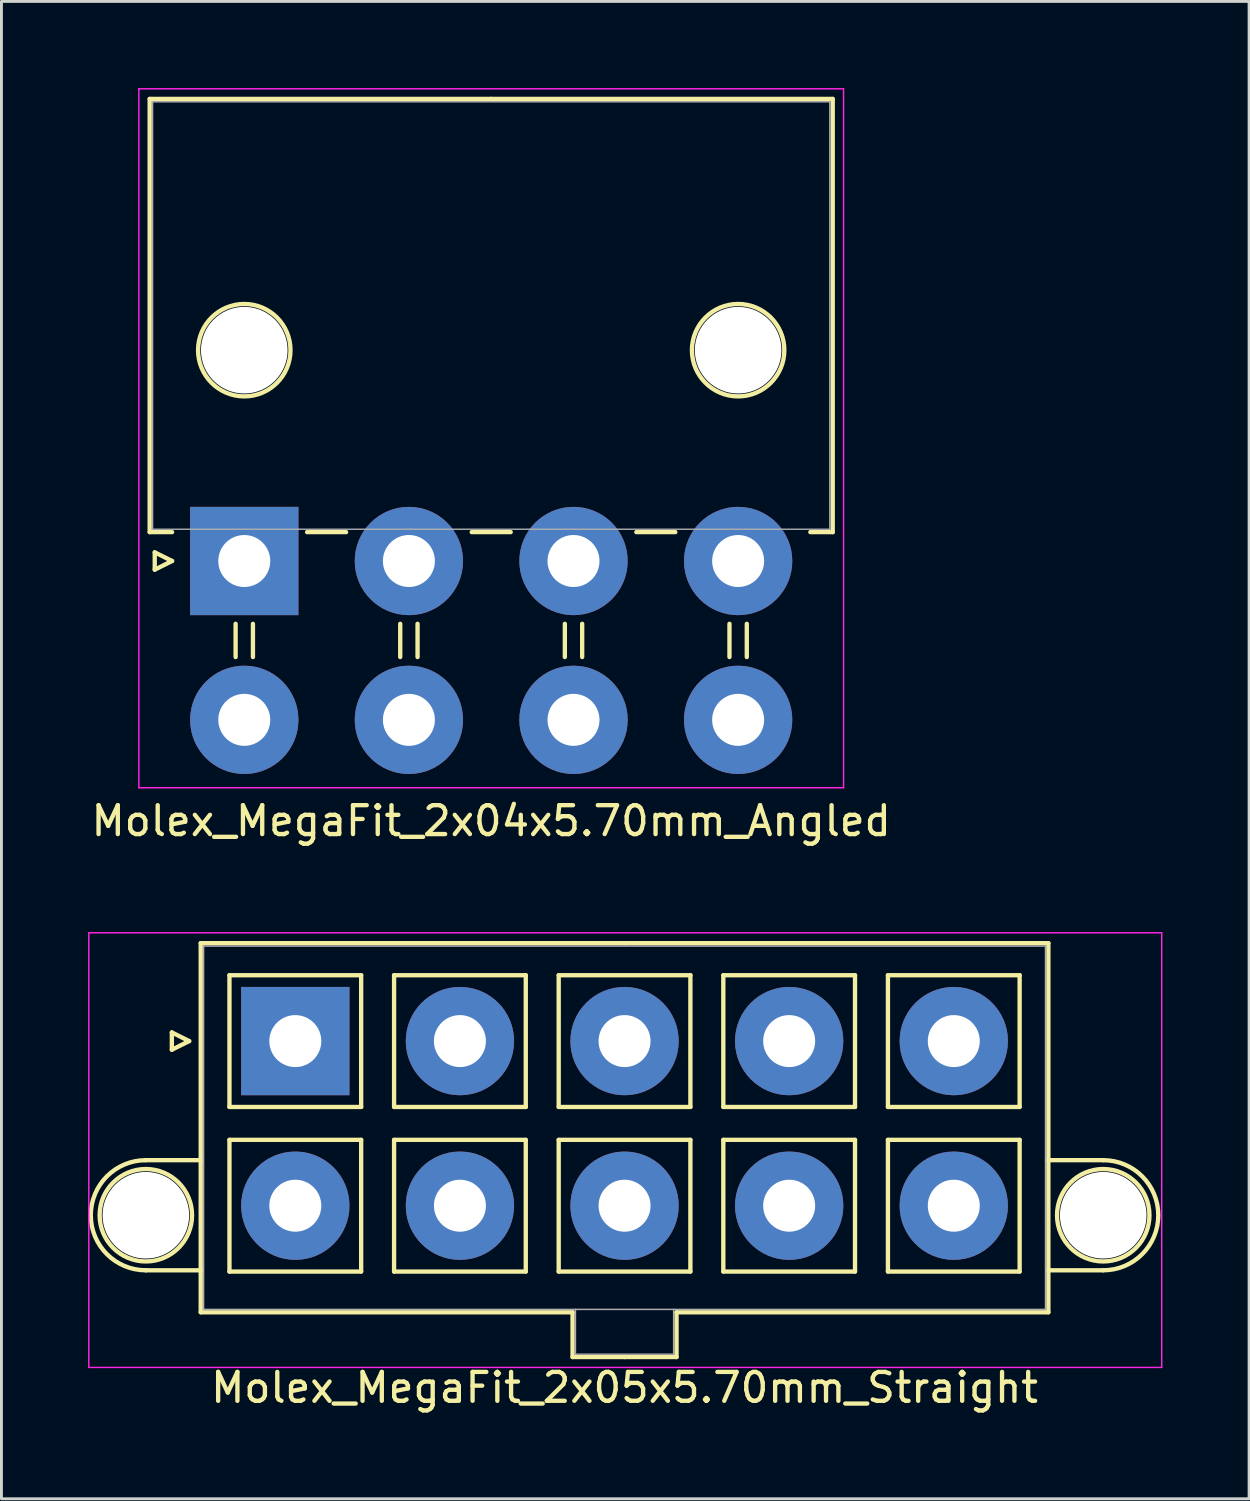
<source format=kicad_pcb>
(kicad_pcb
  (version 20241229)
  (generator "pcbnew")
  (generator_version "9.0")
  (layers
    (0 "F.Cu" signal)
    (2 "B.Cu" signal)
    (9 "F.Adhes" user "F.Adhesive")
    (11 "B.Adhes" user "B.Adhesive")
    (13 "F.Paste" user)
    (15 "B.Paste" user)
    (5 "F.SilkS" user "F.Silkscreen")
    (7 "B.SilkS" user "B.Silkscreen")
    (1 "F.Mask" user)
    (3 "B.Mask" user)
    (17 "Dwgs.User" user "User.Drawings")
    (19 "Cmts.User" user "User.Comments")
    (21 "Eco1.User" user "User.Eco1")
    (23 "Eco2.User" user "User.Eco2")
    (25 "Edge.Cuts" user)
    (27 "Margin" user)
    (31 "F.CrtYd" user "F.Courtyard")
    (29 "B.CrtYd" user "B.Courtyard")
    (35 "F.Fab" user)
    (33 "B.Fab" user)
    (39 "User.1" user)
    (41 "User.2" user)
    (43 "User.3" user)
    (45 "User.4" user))
  (footprint "Molex_MegaFit_2x04x5.70mm_Angled"
    (layer "F.Cu")
    (at 5.408 16.375)
    (property "Reference" "Molex_MegaFit_2x04x5.70mm_Angled" (at 8.55 9 0) (layer "F.SilkS") (effects (font (size 1 1) (thickness 0.15))))
    (attr through_hole)
    (fp_line (start -3.275 -16) (end -3.275 -1) (stroke (width 0.15) (type solid)) (layer "F.SilkS"))
    (fp_line (start -3.275 -1) (end -2.5 -1) (stroke (width 0.15) (type solid)) (layer "F.SilkS"))
    (fp_line (start -3.1 -0.3) (end -2.5 0) (stroke (width 0.15) (type solid)) (layer "F.SilkS"))
    (fp_line (start -3.1 0.3) (end -3.1 -0.3) (stroke (width 0.15) (type solid)) (layer "F.SilkS"))
    (fp_line (start -2.5 0) (end -3.1 0.3) (stroke (width 0.15) (type solid)) (layer "F.SilkS"))
    (fp_line (start -0.3 2.175) (end -0.3 3.325) (stroke (width 0.15) (type solid)) (layer "F.SilkS"))
    (fp_line (start 0.3 2.175) (end 0.3 3.325) (stroke (width 0.15) (type solid)) (layer "F.SilkS"))
    (fp_line (start 2.175 -1) (end 3.525 -1) (stroke (width 0.15) (type solid)) (layer "F.SilkS"))
    (fp_line (start 5.4 2.175) (end 5.4 3.325) (stroke (width 0.15) (type solid)) (layer "F.SilkS"))
    (fp_line (start 6 2.175) (end 6 3.325) (stroke (width 0.15) (type solid)) (layer "F.SilkS"))
    (fp_line (start 7.875 -1) (end 9.225 -1) (stroke (width 0.15) (type solid)) (layer "F.SilkS"))
    (fp_line (start 8.55 -16) (end -3.275 -16) (stroke (width 0.15) (type solid)) (layer "F.SilkS"))
    (fp_line (start 8.55 -16) (end 20.375 -16) (stroke (width 0.15) (type solid)) (layer "F.SilkS"))
    (fp_line (start 11.1 2.175) (end 11.1 3.325) (stroke (width 0.15) (type solid)) (layer "F.SilkS"))
    (fp_line (start 11.7 2.175) (end 11.7 3.325) (stroke (width 0.15) (type solid)) (layer "F.SilkS"))
    (fp_line (start 13.575 -1) (end 14.925 -1) (stroke (width 0.15) (type solid)) (layer "F.SilkS"))
    (fp_line (start 16.8 2.175) (end 16.8 3.325) (stroke (width 0.15) (type solid)) (layer "F.SilkS"))
    (fp_line (start 17.4 2.175) (end 17.4 3.325) (stroke (width 0.15) (type solid)) (layer "F.SilkS"))
    (fp_line (start 20.375 -16) (end 20.375 -1) (stroke (width 0.15) (type solid)) (layer "F.SilkS"))
    (fp_line (start 20.375 -1) (end 19.6 -1) (stroke (width 0.15) (type solid)) (layer "F.SilkS"))
    (fp_circle (center 0 -7.3) (end 1.6 -7.3) (stroke (width 0.15) (type solid)) (fill no) (layer "F.SilkS"))
    (fp_circle (center 17.1 -7.3) (end 18.7 -7.3) (stroke (width 0.15) (type solid)) (fill no) (layer "F.SilkS"))
    (fp_line (start -3.65 -16.35) (end -3.65 7.85) (stroke (width 0.05) (type solid)) (layer "F.CrtYd"))
    (fp_line (start -3.65 7.85) (end 20.75 7.85) (stroke (width 0.05) (type solid)) (layer "F.CrtYd"))
    (fp_line (start 20.75 -16.35) (end -3.65 -16.35) (stroke (width 0.05) (type solid)) (layer "F.CrtYd"))
    (fp_line (start 20.75 7.85) (end 20.75 -16.35) (stroke (width 0.05) (type solid)) (layer "F.CrtYd"))
    (fp_line (start -3.175 -15.9) (end -3.175 -1.1) (stroke (width 0.05) (type solid)) (layer "F.Fab"))
    (fp_line (start -3.175 -1.1) (end 20.275 -1.1) (stroke (width 0.05) (type solid)) (layer "F.Fab"))
    (fp_line (start 20.275 -15.9) (end -3.175 -15.9) (stroke (width 0.05) (type solid)) (layer "F.Fab"))
    (fp_line (start 20.275 -1.1) (end 20.275 -15.9) (stroke (width 0.05) (type solid)) (layer "F.Fab"))
    (pad "" np_thru_hole circle (at 0 -7.3) (size 3 3) (drill 3) (layers "*.Cu"))
    (pad "" np_thru_hole circle (at 17.1 -7.3) (size 3 3) (drill 3) (layers "*.Cu"))
    (pad "1" thru_hole rect (at 0 0) (size 3.75 3.75) (drill 1.8) (layers "*.Cu" "*.Mask"))
    (pad "2" thru_hole circle (at 5.7 0) (size 3.75 3.75) (drill 1.8) (layers "*.Cu" "*.Mask"))
    (pad "3" thru_hole circle (at 11.4 0) (size 3.75 3.75) (drill 1.8) (layers "*.Cu" "*.Mask"))
    (pad "4" thru_hole circle (at 17.1 0) (size 3.75 3.75) (drill 1.8) (layers "*.Cu" "*.Mask"))
    (pad "5" thru_hole circle (at 0 5.5) (size 3.75 3.75) (drill 1.8) (layers "*.Cu" "*.Mask"))
    (pad "6" thru_hole circle (at 5.7 5.5) (size 3.75 3.75) (drill 1.8) (layers "*.Cu" "*.Mask"))
    (pad "7" thru_hole circle (at 11.4 5.5) (size 3.75 3.75) (drill 1.8) (layers "*.Cu" "*.Mask"))
    (pad "8" thru_hole circle (at 17.1 5.5) (size 3.75 3.75) (drill 1.8) (layers "*.Cu" "*.Mask")))
  (footprint "Molex_MegaFit_2x05x5.70mm_Straight"
    (layer "F.Cu")
    (at 7.175 32.998)
    (property "Reference" "Molex_MegaFit_2x05x5.70mm_Straight" (at 11.4 12 0) (layer "F.SilkS") (effects (font (size 1 1) (thickness 0.15))))
    (attr through_hole)
    (fp_line (start -5.175 4.124) (end -3.275 4.124) (stroke (width 0.15) (type solid)) (layer "F.SilkS"))
    (fp_line (start -5.175 7.936) (end -3.275 7.936) (stroke (width 0.15) (type solid)) (layer "F.SilkS"))
    (fp_line (start -4.275 -0.3) (end -3.675 0) (stroke (width 0.15) (type solid)) (layer "F.SilkS"))
    (fp_line (start -4.275 0.3) (end -4.275 -0.3) (stroke (width 0.15) (type solid)) (layer "F.SilkS"))
    (fp_line (start -3.675 0) (end -4.275 0.3) (stroke (width 0.15) (type solid)) (layer "F.SilkS"))
    (fp_line (start -3.275 -3.39) (end -3.275 9.39) (stroke (width 0.15) (type solid)) (layer "F.SilkS"))
    (fp_line (start -3.275 9.39) (end 9.6 9.39) (stroke (width 0.15) (type solid)) (layer "F.SilkS"))
    (fp_line (start -2.28 -2.28) (end -2.28 2.28) (stroke (width 0.15) (type solid)) (layer "F.SilkS"))
    (fp_line (start -2.28 2.28) (end 2.28 2.28) (stroke (width 0.15) (type solid)) (layer "F.SilkS"))
    (fp_line (start -2.28 3.42) (end -2.28 7.98) (stroke (width 0.15) (type solid)) (layer "F.SilkS"))
    (fp_line (start -2.28 7.98) (end 2.28 7.98) (stroke (width 0.15) (type solid)) (layer "F.SilkS"))
    (fp_line (start 2.28 -2.28) (end -2.28 -2.28) (stroke (width 0.15) (type solid)) (layer "F.SilkS"))
    (fp_line (start 2.28 2.28) (end 2.28 -2.28) (stroke (width 0.15) (type solid)) (layer "F.SilkS"))
    (fp_line (start 2.28 3.42) (end -2.28 3.42) (stroke (width 0.15) (type solid)) (layer "F.SilkS"))
    (fp_line (start 2.28 7.98) (end 2.28 3.42) (stroke (width 0.15) (type solid)) (layer "F.SilkS"))
    (fp_line (start 3.42 -2.28) (end 3.42 2.28) (stroke (width 0.15) (type solid)) (layer "F.SilkS"))
    (fp_line (start 3.42 2.28) (end 7.98 2.28) (stroke (width 0.15) (type solid)) (layer "F.SilkS"))
    (fp_line (start 3.42 3.42) (end 3.42 7.98) (stroke (width 0.15) (type solid)) (layer "F.SilkS"))
    (fp_line (start 3.42 7.98) (end 7.98 7.98) (stroke (width 0.15) (type solid)) (layer "F.SilkS"))
    (fp_line (start 7.98 -2.28) (end 3.42 -2.28) (stroke (width 0.15) (type solid)) (layer "F.SilkS"))
    (fp_line (start 7.98 2.28) (end 7.98 -2.28) (stroke (width 0.15) (type solid)) (layer "F.SilkS"))
    (fp_line (start 7.98 3.42) (end 3.42 3.42) (stroke (width 0.15) (type solid)) (layer "F.SilkS"))
    (fp_line (start 7.98 7.98) (end 7.98 3.42) (stroke (width 0.15) (type solid)) (layer "F.SilkS"))
    (fp_line (start 9.12 -2.28) (end 9.12 2.28) (stroke (width 0.15) (type solid)) (layer "F.SilkS"))
    (fp_line (start 9.12 2.28) (end 13.68 2.28) (stroke (width 0.15) (type solid)) (layer "F.SilkS"))
    (fp_line (start 9.12 3.42) (end 9.12 7.98) (stroke (width 0.15) (type solid)) (layer "F.SilkS"))
    (fp_line (start 9.12 7.98) (end 13.68 7.98) (stroke (width 0.15) (type solid)) (layer "F.SilkS"))
    (fp_line (start 9.6 9.39) (end 9.6 10.94) (stroke (width 0.15) (type solid)) (layer "F.SilkS"))
    (fp_line (start 9.6 10.94) (end 11.4 10.94) (stroke (width 0.15) (type solid)) (layer "F.SilkS"))
    (fp_line (start 11.4 -3.39) (end -3.275 -3.39) (stroke (width 0.15) (type solid)) (layer "F.SilkS"))
    (fp_line (start 11.4 -3.39) (end 26.075 -3.39) (stroke (width 0.15) (type solid)) (layer "F.SilkS"))
    (fp_line (start 13.2 9.39) (end 13.2 10.94) (stroke (width 0.15) (type solid)) (layer "F.SilkS"))
    (fp_line (start 13.2 10.94) (end 11.4 10.94) (stroke (width 0.15) (type solid)) (layer "F.SilkS"))
    (fp_line (start 13.68 -2.28) (end 9.12 -2.28) (stroke (width 0.15) (type solid)) (layer "F.SilkS"))
    (fp_line (start 13.68 2.28) (end 13.68 -2.28) (stroke (width 0.15) (type solid)) (layer "F.SilkS"))
    (fp_line (start 13.68 3.42) (end 9.12 3.42) (stroke (width 0.15) (type solid)) (layer "F.SilkS"))
    (fp_line (start 13.68 7.98) (end 13.68 3.42) (stroke (width 0.15) (type solid)) (layer "F.SilkS"))
    (fp_line (start 14.82 -2.28) (end 14.82 2.28) (stroke (width 0.15) (type solid)) (layer "F.SilkS"))
    (fp_line (start 14.82 2.28) (end 19.38 2.28) (stroke (width 0.15) (type solid)) (layer "F.SilkS"))
    (fp_line (start 14.82 3.42) (end 14.82 7.98) (stroke (width 0.15) (type solid)) (layer "F.SilkS"))
    (fp_line (start 14.82 7.98) (end 19.38 7.98) (stroke (width 0.15) (type solid)) (layer "F.SilkS"))
    (fp_line (start 19.38 -2.28) (end 14.82 -2.28) (stroke (width 0.15) (type solid)) (layer "F.SilkS"))
    (fp_line (start 19.38 2.28) (end 19.38 -2.28) (stroke (width 0.15) (type solid)) (layer "F.SilkS"))
    (fp_line (start 19.38 3.42) (end 14.82 3.42) (stroke (width 0.15) (type solid)) (layer "F.SilkS"))
    (fp_line (start 19.38 7.98) (end 19.38 3.42) (stroke (width 0.15) (type solid)) (layer "F.SilkS"))
    (fp_line (start 20.52 -2.28) (end 20.52 2.28) (stroke (width 0.15) (type solid)) (layer "F.SilkS"))
    (fp_line (start 20.52 2.28) (end 25.08 2.28) (stroke (width 0.15) (type solid)) (layer "F.SilkS"))
    (fp_line (start 20.52 3.42) (end 20.52 7.98) (stroke (width 0.15) (type solid)) (layer "F.SilkS"))
    (fp_line (start 20.52 7.98) (end 25.08 7.98) (stroke (width 0.15) (type solid)) (layer "F.SilkS"))
    (fp_line (start 25.08 -2.28) (end 20.52 -2.28) (stroke (width 0.15) (type solid)) (layer "F.SilkS"))
    (fp_line (start 25.08 2.28) (end 25.08 -2.28) (stroke (width 0.15) (type solid)) (layer "F.SilkS"))
    (fp_line (start 25.08 3.42) (end 20.52 3.42) (stroke (width 0.15) (type solid)) (layer "F.SilkS"))
    (fp_line (start 25.08 7.98) (end 25.08 3.42) (stroke (width 0.15) (type solid)) (layer "F.SilkS"))
    (fp_line (start 26.075 -3.39) (end 26.075 9.39) (stroke (width 0.15) (type solid)) (layer "F.SilkS"))
    (fp_line (start 26.075 9.39) (end 13.2 9.39) (stroke (width 0.15) (type solid)) (layer "F.SilkS"))
    (fp_line (start 27.975 4.124) (end 26.075 4.124) (stroke (width 0.15) (type solid)) (layer "F.SilkS"))
    (fp_line (start 27.975 7.936) (end 26.075 7.936) (stroke (width 0.15) (type solid)) (layer "F.SilkS"))
    (fp_arc (start -5.175 7.93625) (mid -7.08125 6.03) (end -5.175 4.12375) (stroke (width 0.15) (type solid)) (layer "F.SilkS"))
    (fp_arc (start 27.975 4.12375) (mid 29.88125 6.03) (end 27.975 7.93625) (stroke (width 0.15) (type solid)) (layer "F.SilkS"))
    (fp_circle (center -5.175 6.03) (end -3.575 6.03) (stroke (width 0.15) (type solid)) (fill no) (layer "F.SilkS"))
    (fp_circle (center 27.975 6.03) (end 29.575 6.03) (stroke (width 0.15) (type solid)) (fill no) (layer "F.SilkS"))
    (fp_line (start -7.15 -3.75) (end -7.15 11.3) (stroke (width 0.05) (type solid)) (layer "F.CrtYd"))
    (fp_line (start -7.15 11.3) (end 30 11.3) (stroke (width 0.05) (type solid)) (layer "F.CrtYd"))
    (fp_line (start 30 -3.75) (end -7.15 -3.75) (stroke (width 0.05) (type solid)) (layer "F.CrtYd"))
    (fp_line (start 30 11.3) (end 30 -3.75) (stroke (width 0.05) (type solid)) (layer "F.CrtYd"))
    (fp_line (start -3.175 -3.29) (end -3.175 9.29) (stroke (width 0.05) (type solid)) (layer "F.Fab"))
    (fp_line (start -3.175 9.29) (end 25.975 9.29) (stroke (width 0.05) (type solid)) (layer "F.Fab"))
    (fp_line (start 9.7 9.29) (end 9.7 10.84) (stroke (width 0.05) (type solid)) (layer "F.Fab"))
    (fp_line (start 9.7 10.84) (end 13.1 10.84) (stroke (width 0.05) (type solid)) (layer "F.Fab"))
    (fp_line (start 13.1 10.84) (end 13.1 9.29) (stroke (width 0.05) (type solid)) (layer "F.Fab"))
    (fp_line (start 25.975 -3.29) (end -3.175 -3.29) (stroke (width 0.05) (type solid)) (layer "F.Fab"))
    (fp_line (start 25.975 9.29) (end 25.975 -3.29) (stroke (width 0.05) (type solid)) (layer "F.Fab"))
    (pad "" np_thru_hole circle (at -5.175 6.03) (size 3 3) (drill 3) (layers "*.Cu"))
    (pad "" np_thru_hole circle (at 27.975 6.03) (size 3 3) (drill 3) (layers "*.Cu"))
    (pad "1" thru_hole rect (at 0 0) (size 3.75 3.75) (drill 1.8) (layers "*.Cu" "*.Mask"))
    (pad "2" thru_hole circle (at 5.7 0) (size 3.75 3.75) (drill 1.8) (layers "*.Cu" "*.Mask"))
    (pad "3" thru_hole circle (at 11.4 0) (size 3.75 3.75) (drill 1.8) (layers "*.Cu" "*.Mask"))
    (pad "4" thru_hole circle (at 17.1 0) (size 3.75 3.75) (drill 1.8) (layers "*.Cu" "*.Mask"))
    (pad "5" thru_hole circle (at 22.8 0) (size 3.75 3.75) (drill 1.8) (layers "*.Cu" "*.Mask"))
    (pad "6" thru_hole circle (at 0 5.7) (size 3.75 3.75) (drill 1.8) (layers "*.Cu" "*.Mask"))
    (pad "7" thru_hole circle (at 5.7 5.7) (size 3.75 3.75) (drill 1.8) (layers "*.Cu" "*.Mask"))
    (pad "8" thru_hole circle (at 11.4 5.7) (size 3.75 3.75) (drill 1.8) (layers "*.Cu" "*.Mask"))
    (pad "9" thru_hole circle (at 17.1 5.7) (size 3.75 3.75) (drill 1.8) (layers "*.Cu" "*.Mask"))
    (pad "10" thru_hole circle (at 22.8 5.7) (size 3.75 3.75) (drill 1.8) (layers "*.Cu" "*.Mask")))
  (gr_rect
    (start -3 -3)
    (end 40.2 48.846)
    (stroke (width 0.1) (type default))
    (fill no)
    (layer "Edge.Cuts")))
</source>
